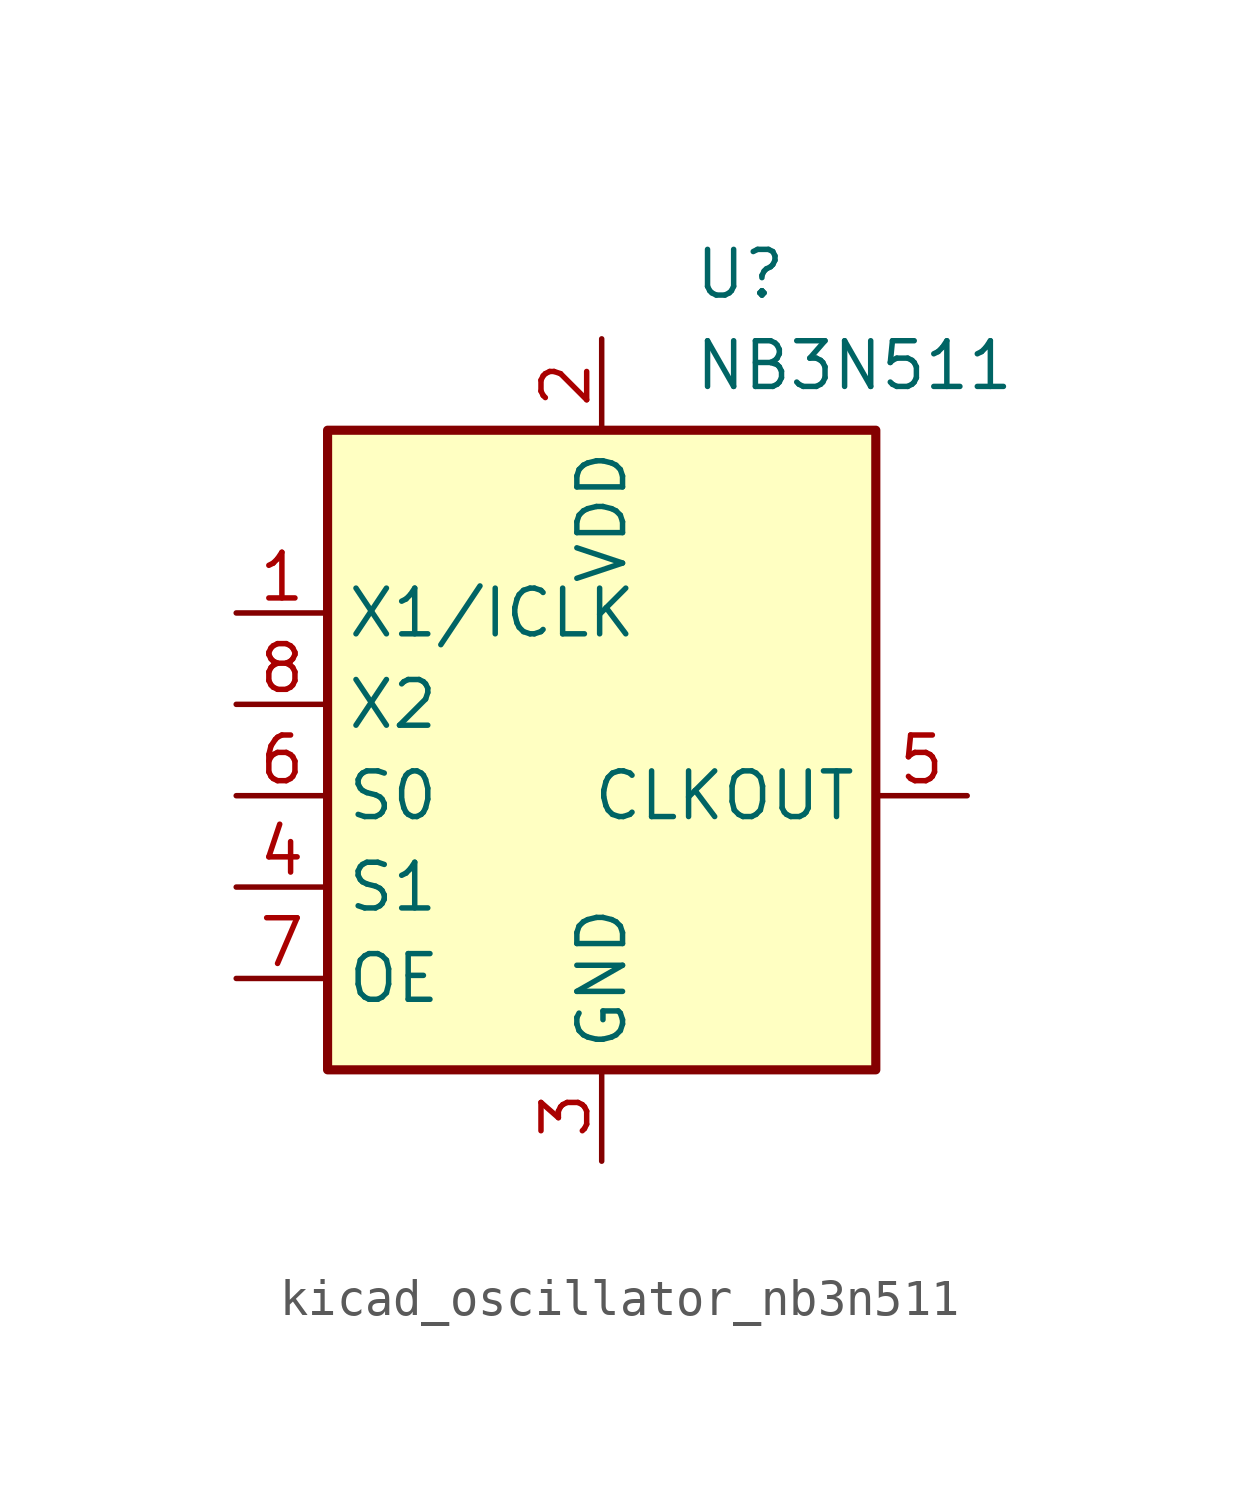
<source format=kicad_sym>
(kicad_symbol_lib
  (version 20220914)
  (generator kicad_symbol_editor)
  (symbol "kicad_oscillator_nb3n511"
    (property "Reference" "U"
      (at 2.54 15.24 0)
      (effects (font (size 1.27 1.27)) (justify left top)))
    (property "Value" "NB3N511"
      (at 2.54 12.7 0)
      (effects (font (size 1.27 1.27)) (justify left top)))
    (symbol "kicad_oscillator_nb3n511_0_1"
      (rectangle (start -7.62 10.16) (end 7.62 -7.62) (stroke (width 0.254) (type default)) (fill (type background))))
    (symbol "kicad_oscillator_nb3n511_1_1"
      (pin input line (at -10.16 5.08 0) (length 2.54) (name "X1/ICLK" (effects (font (size 1.27 1.27)))) (number "1" (effects (font (size 1.27 1.27)))))
      (pin power_in line (at 0 12.7 270) (length 2.54) (name "VDD" (effects (font (size 1.27 1.27)))) (number "2" (effects (font (size 1.27 1.27)))))
      (pin power_in line (at 0 -10.16 90) (length 2.54) (name "GND" (effects (font (size 1.27 1.27)))) (number "3" (effects (font (size 1.27 1.27)))))
      (pin input line (at -10.16 -2.54 0) (length 2.54) (name "S1" (effects (font (size 1.27 1.27)))) (number "4" (effects (font (size 1.27 1.27)))))
      (pin output line (at 10.16 0 180) (length 2.54) (name "CLKOUT" (effects (font (size 1.27 1.27)))) (number "5" (effects (font (size 1.27 1.27)))))
      (pin input line (at -10.16 0 0) (length 2.54) (name "S0" (effects (font (size 1.27 1.27)))) (number "6" (effects (font (size 1.27 1.27)))))
      (pin input line (at -10.16 -5.08 0) (length 2.54) (name "OE" (effects (font (size 1.27 1.27)))) (number "7" (effects (font (size 1.27 1.27)))))
      (pin passive line (at -10.16 2.54 0) (length 2.54) (name "X2" (effects (font (size 1.27 1.27)))) (number "8" (effects (font (size 1.27 1.27))))))))
</source>
